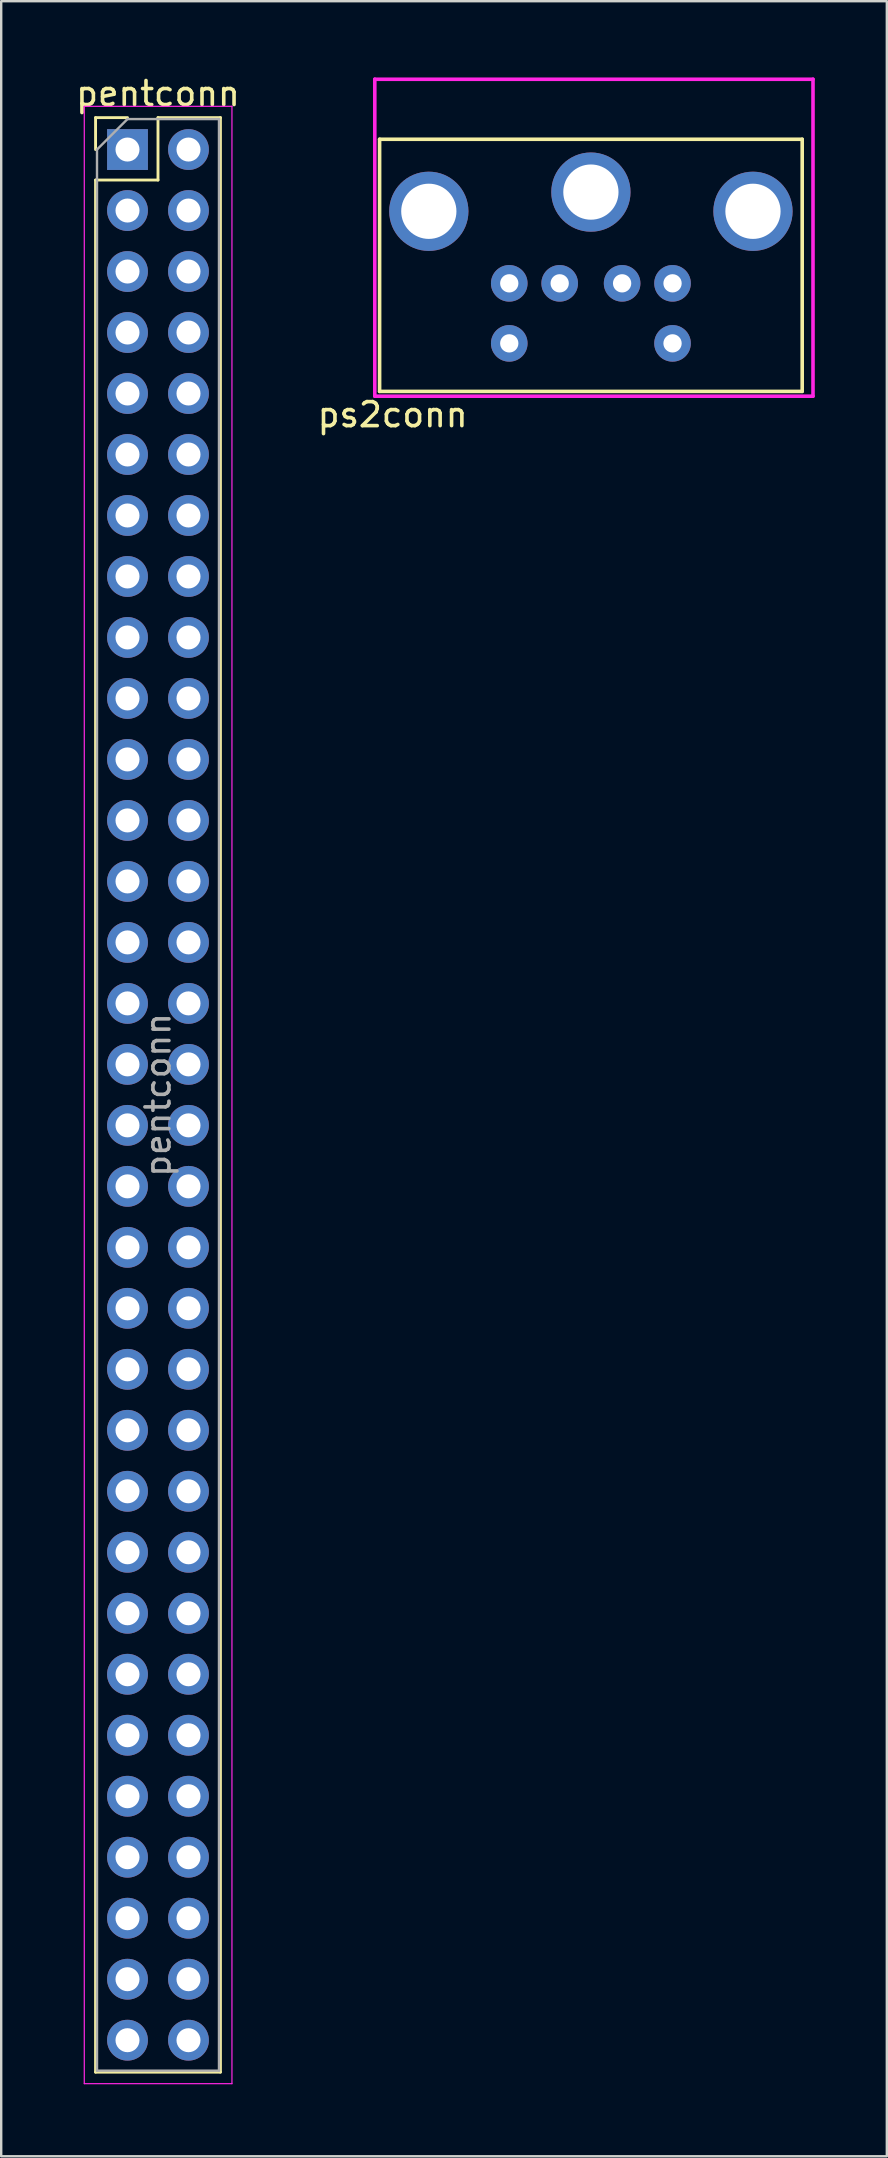
<source format=kicad_pcb>
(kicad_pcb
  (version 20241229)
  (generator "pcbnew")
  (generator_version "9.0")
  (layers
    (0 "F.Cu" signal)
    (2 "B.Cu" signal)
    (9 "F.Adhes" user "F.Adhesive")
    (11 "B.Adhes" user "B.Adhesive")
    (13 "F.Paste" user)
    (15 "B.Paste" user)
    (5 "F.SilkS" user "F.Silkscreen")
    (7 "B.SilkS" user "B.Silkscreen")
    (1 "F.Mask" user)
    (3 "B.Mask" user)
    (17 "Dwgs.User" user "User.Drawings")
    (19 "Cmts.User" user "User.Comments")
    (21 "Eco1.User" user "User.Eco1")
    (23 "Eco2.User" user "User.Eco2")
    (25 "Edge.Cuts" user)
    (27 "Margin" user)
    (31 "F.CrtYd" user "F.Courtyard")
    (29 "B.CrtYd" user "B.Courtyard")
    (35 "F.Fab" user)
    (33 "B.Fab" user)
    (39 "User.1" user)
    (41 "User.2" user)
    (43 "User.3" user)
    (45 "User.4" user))
  (footprint "pentconn"
    (layer "F.Cu")
    (at 2.26 3.178)
    (property "Reference" "pentconn" (at 1.27 -2.33 0) (layer "F.SilkS") (effects (font (size 1 1) (thickness 0.15))))
    (attr through_hole)
    (fp_line (start -1.33 -1.33) (end 0 -1.33) (stroke (width 0.12) (type solid)) (layer "F.SilkS"))
    (fp_line (start -1.33 0) (end -1.33 -1.33) (stroke (width 0.12) (type solid)) (layer "F.SilkS"))
    (fp_line (start -1.33 1.27) (end -1.33 80.07) (stroke (width 0.12) (type solid)) (layer "F.SilkS"))
    (fp_line (start -1.33 1.27) (end 1.27 1.27) (stroke (width 0.12) (type solid)) (layer "F.SilkS"))
    (fp_line (start -1.33 80.07) (end 3.87 80.07) (stroke (width 0.12) (type solid)) (layer "F.SilkS"))
    (fp_line (start 1.27 -1.33) (end 3.87 -1.33) (stroke (width 0.12) (type solid)) (layer "F.SilkS"))
    (fp_line (start 1.27 1.27) (end 1.27 -1.33) (stroke (width 0.12) (type solid)) (layer "F.SilkS"))
    (fp_line (start 3.87 -1.33) (end 3.87 80.07) (stroke (width 0.12) (type solid)) (layer "F.SilkS"))
    (fp_line (start -1.8 -1.8) (end -1.8 80.55) (stroke (width 0.05) (type solid)) (layer "F.CrtYd"))
    (fp_line (start -1.8 80.55) (end 4.35 80.55) (stroke (width 0.05) (type solid)) (layer "F.CrtYd"))
    (fp_line (start 4.35 -1.8) (end -1.8 -1.8) (stroke (width 0.05) (type solid)) (layer "F.CrtYd"))
    (fp_line (start 4.35 80.55) (end 4.35 -1.8) (stroke (width 0.05) (type solid)) (layer "F.CrtYd"))
    (fp_line (start -1.27 0) (end 0 -1.27) (stroke (width 0.1) (type solid)) (layer "F.Fab"))
    (fp_line (start -1.27 80.01) (end -1.27 0) (stroke (width 0.1) (type solid)) (layer "F.Fab"))
    (fp_line (start 0 -1.27) (end 3.81 -1.27) (stroke (width 0.1) (type solid)) (layer "F.Fab"))
    (fp_line (start 3.81 -1.27) (end 3.81 80.01) (stroke (width 0.1) (type solid)) (layer "F.Fab"))
    (fp_line (start 3.81 80.01) (end -1.27 80.01) (stroke (width 0.1) (type solid)) (layer "F.Fab"))
    (fp_text user "${REFERENCE}" (at 1.27 39.37 90) (layer "F.Fab") (effects (font (size 1 1) (thickness 0.15))))
    (pad "A1" thru_hole rect (at 0 0) (size 1.7 1.7) (drill 1) (layers "*.Cu" "*.Mask"))
    (pad "A2" thru_hole oval (at 0 2.54) (size 1.7 1.7) (drill 1) (layers "*.Cu" "*.Mask"))
    (pad "A3" thru_hole oval (at 0 5.08) (size 1.7 1.7) (drill 1) (layers "*.Cu" "*.Mask"))
    (pad "A4" thru_hole oval (at 0 7.62) (size 1.7 1.7) (drill 1) (layers "*.Cu" "*.Mask"))
    (pad "A5" thru_hole oval (at 0 10.16) (size 1.7 1.7) (drill 1) (layers "*.Cu" "*.Mask"))
    (pad "A6" thru_hole oval (at 0 12.7) (size 1.7 1.7) (drill 1) (layers "*.Cu" "*.Mask"))
    (pad "A7" thru_hole oval (at 0 15.24) (size 1.7 1.7) (drill 1) (layers "*.Cu" "*.Mask"))
    (pad "A8" thru_hole oval (at 0 17.78) (size 1.7 1.7) (drill 1) (layers "*.Cu" "*.Mask"))
    (pad "A9" thru_hole oval (at 0 20.32) (size 1.7 1.7) (drill 1) (layers "*.Cu" "*.Mask"))
    (pad "A10" thru_hole oval (at 0 22.86) (size 1.7 1.7) (drill 1) (layers "*.Cu" "*.Mask"))
    (pad "A11" thru_hole oval (at 0 25.4) (size 1.7 1.7) (drill 1) (layers "*.Cu" "*.Mask"))
    (pad "A12" thru_hole oval (at 0 27.94) (size 1.7 1.7) (drill 1) (layers "*.Cu" "*.Mask"))
    (pad "A13" thru_hole oval (at 0 30.48) (size 1.7 1.7) (drill 1) (layers "*.Cu" "*.Mask"))
    (pad "A14" thru_hole oval (at 0 33.02) (size 1.7 1.7) (drill 1) (layers "*.Cu" "*.Mask"))
    (pad "A15" thru_hole oval (at 0 35.56) (size 1.7 1.7) (drill 1) (layers "*.Cu" "*.Mask"))
    (pad "A16" thru_hole oval (at 0 38.1) (size 1.7 1.7) (drill 1) (layers "*.Cu" "*.Mask"))
    (pad "A17" thru_hole oval (at 0 40.64) (size 1.7 1.7) (drill 1) (layers "*.Cu" "*.Mask"))
    (pad "A18" thru_hole oval (at 0 43.18) (size 1.7 1.7) (drill 1) (layers "*.Cu" "*.Mask"))
    (pad "A19" thru_hole oval (at 0 45.72) (size 1.7 1.7) (drill 1) (layers "*.Cu" "*.Mask"))
    (pad "A20" thru_hole oval (at 0 48.26) (size 1.7 1.7) (drill 1) (layers "*.Cu" "*.Mask"))
    (pad "A21" thru_hole oval (at 0 50.8) (size 1.7 1.7) (drill 1) (layers "*.Cu" "*.Mask"))
    (pad "A22" thru_hole oval (at 0 53.34) (size 1.7 1.7) (drill 1) (layers "*.Cu" "*.Mask"))
    (pad "A23" thru_hole oval (at 0 55.88) (size 1.7 1.7) (drill 1) (layers "*.Cu" "*.Mask"))
    (pad "A24" thru_hole oval (at 0 58.42) (size 1.7 1.7) (drill 1) (layers "*.Cu" "*.Mask"))
    (pad "A25" thru_hole oval (at 0 60.96) (size 1.7 1.7) (drill 1) (layers "*.Cu" "*.Mask"))
    (pad "A26" thru_hole oval (at 0 63.5) (size 1.7 1.7) (drill 1) (layers "*.Cu" "*.Mask"))
    (pad "A27" thru_hole oval (at 0 66.04) (size 1.7 1.7) (drill 1) (layers "*.Cu" "*.Mask"))
    (pad "A28" thru_hole oval (at 0 68.58) (size 1.7 1.7) (drill 1) (layers "*.Cu" "*.Mask"))
    (pad "A29" thru_hole oval (at 0 71.12) (size 1.7 1.7) (drill 1) (layers "*.Cu" "*.Mask"))
    (pad "A30" thru_hole oval (at 0 73.66) (size 1.7 1.7) (drill 1) (layers "*.Cu" "*.Mask"))
    (pad "A31" thru_hole oval (at 0 76.2) (size 1.7 1.7) (drill 1) (layers "*.Cu" "*.Mask"))
    (pad "A32" thru_hole oval (at 0 78.74) (size 1.7 1.7) (drill 1) (layers "*.Cu" "*.Mask"))
    (pad "B1" thru_hole oval (at 2.54 0) (size 1.7 1.7) (drill 1) (layers "*.Cu" "*.Mask"))
    (pad "B2" thru_hole oval (at 2.54 2.54) (size 1.7 1.7) (drill 1) (layers "*.Cu" "*.Mask"))
    (pad "B3" thru_hole oval (at 2.54 5.08) (size 1.7 1.7) (drill 1) (layers "*.Cu" "*.Mask"))
    (pad "B4" thru_hole oval (at 2.54 7.62) (size 1.7 1.7) (drill 1) (layers "*.Cu" "*.Mask"))
    (pad "B5" thru_hole oval (at 2.54 10.16) (size 1.7 1.7) (drill 1) (layers "*.Cu" "*.Mask"))
    (pad "B6" thru_hole oval (at 2.54 12.7) (size 1.7 1.7) (drill 1) (layers "*.Cu" "*.Mask"))
    (pad "B7" thru_hole oval (at 2.54 15.24) (size 1.7 1.7) (drill 1) (layers "*.Cu" "*.Mask"))
    (pad "B8" thru_hole oval (at 2.54 17.78) (size 1.7 1.7) (drill 1) (layers "*.Cu" "*.Mask"))
    (pad "B9" thru_hole oval (at 2.54 20.32) (size 1.7 1.7) (drill 1) (layers "*.Cu" "*.Mask"))
    (pad "B10" thru_hole oval (at 2.54 22.86) (size 1.7 1.7) (drill 1) (layers "*.Cu" "*.Mask"))
    (pad "B11" thru_hole oval (at 2.54 25.4) (size 1.7 1.7) (drill 1) (layers "*.Cu" "*.Mask"))
    (pad "B12" thru_hole oval (at 2.54 27.94) (size 1.7 1.7) (drill 1) (layers "*.Cu" "*.Mask"))
    (pad "B13" thru_hole oval (at 2.54 30.48) (size 1.7 1.7) (drill 1) (layers "*.Cu" "*.Mask"))
    (pad "B14" thru_hole oval (at 2.54 33.02) (size 1.7 1.7) (drill 1) (layers "*.Cu" "*.Mask"))
    (pad "B15" thru_hole oval (at 2.54 35.56) (size 1.7 1.7) (drill 1) (layers "*.Cu" "*.Mask"))
    (pad "B16" thru_hole oval (at 2.54 38.1) (size 1.7 1.7) (drill 1) (layers "*.Cu" "*.Mask"))
    (pad "B17" thru_hole oval (at 2.54 40.64) (size 1.7 1.7) (drill 1) (layers "*.Cu" "*.Mask"))
    (pad "B18" thru_hole oval (at 2.54 43.18) (size 1.7 1.7) (drill 1) (layers "*.Cu" "*.Mask"))
    (pad "B19" thru_hole oval (at 2.54 45.72) (size 1.7 1.7) (drill 1) (layers "*.Cu" "*.Mask"))
    (pad "B20" thru_hole oval (at 2.54 48.26) (size 1.7 1.7) (drill 1) (layers "*.Cu" "*.Mask"))
    (pad "B21" thru_hole oval (at 2.54 50.8) (size 1.7 1.7) (drill 1) (layers "*.Cu" "*.Mask"))
    (pad "B22" thru_hole oval (at 2.54 53.34) (size 1.7 1.7) (drill 1) (layers "*.Cu" "*.Mask"))
    (pad "B23" thru_hole oval (at 2.54 55.88) (size 1.7 1.7) (drill 1) (layers "*.Cu" "*.Mask"))
    (pad "B24" thru_hole oval (at 2.54 58.42) (size 1.7 1.7) (drill 1) (layers "*.Cu" "*.Mask"))
    (pad "B25" thru_hole oval (at 2.54 60.96) (size 1.7 1.7) (drill 1) (layers "*.Cu" "*.Mask"))
    (pad "B26" thru_hole oval (at 2.54 63.5) (size 1.7 1.7) (drill 1) (layers "*.Cu" "*.Mask"))
    (pad "B27" thru_hole oval (at 2.54 66.04) (size 1.7 1.7) (drill 1) (layers "*.Cu" "*.Mask"))
    (pad "B28" thru_hole oval (at 2.54 68.58) (size 1.7 1.7) (drill 1) (layers "*.Cu" "*.Mask"))
    (pad "B29" thru_hole oval (at 2.54 71.12) (size 1.7 1.7) (drill 1) (layers "*.Cu" "*.Mask"))
    (pad "B30" thru_hole oval (at 2.54 73.66) (size 1.7 1.7) (drill 1) (layers "*.Cu" "*.Mask"))
    (pad "B31" thru_hole oval (at 2.54 76.2) (size 1.7 1.7) (drill 1) (layers "*.Cu" "*.Mask"))
    (pad "B32" thru_hole oval (at 2.54 78.74) (size 1.7 1.7) (drill 1) (layers "*.Cu" "*.Mask")))
  (footprint "ps2conn"
    (layer "F.Cu")
    (at 21.559 0.25)
    (property "Reference" "ps2conn" (at -8.255 13.97 0) (layer "F.SilkS") (effects (font (size 1 1) (thickness 0.15))))
    (attr through_hole)
    (fp_line (start -8.8 2.5) (end 8.8 2.5) (stroke (width 0.15) (type solid)) (layer "F.SilkS"))
    (fp_line (start -8.8 13) (end -8.8 2.5) (stroke (width 0.15) (type solid)) (layer "F.SilkS"))
    (fp_line (start 8.8 2.5) (end 8.8 13) (stroke (width 0.15) (type solid)) (layer "F.SilkS"))
    (fp_line (start 8.8 13) (end -8.8 13) (stroke (width 0.15) (type solid)) (layer "F.SilkS"))
    (fp_line (start -9 0) (end 9.25 0) (stroke (width 0.15) (type solid)) (layer "F.CrtYd"))
    (fp_line (start -9 13.2) (end -9 0) (stroke (width 0.15) (type solid)) (layer "F.CrtYd"))
    (fp_line (start 9.25 0) (end 9.25 13.2) (stroke (width 0.15) (type solid)) (layer "F.CrtYd"))
    (fp_line (start 9.25 13.2) (end -9 13.2) (stroke (width 0.15) (type solid)) (layer "F.CrtYd"))
    (pad "1" thru_hole circle (at -1.3 8.5) (size 1.524 1.524) (drill 0.762) (layers "*.Cu" "*.Mask"))
    (pad "2" thru_hole circle (at 1.3 8.5) (size 1.524 1.524) (drill 0.762) (layers "*.Cu" "*.Mask"))
    (pad "3" thru_hole circle (at -3.4 8.5) (size 1.524 1.524) (drill 0.762) (layers "*.Cu" "*.Mask"))
    (pad "4" thru_hole circle (at 3.4 8.5) (size 1.524 1.524) (drill 0.762) (layers "*.Cu" "*.Mask"))
    (pad "5" thru_hole circle (at -3.4 11) (size 1.524 1.524) (drill 0.762) (layers "*.Cu" "*.Mask"))
    (pad "6" thru_hole circle (at 3.4 11) (size 1.524 1.524) (drill 0.762) (layers "*.Cu" "*.Mask"))
    (pad "7" thru_hole circle (at -6.75 5.5) (size 3.3 3.3) (drill 2.3) (layers "*.Cu" "*.Mask"))
    (pad "7" thru_hole circle (at 0 4.7) (size 3.3 3.3) (drill 2.3) (layers "*.Cu" "*.Mask"))
    (pad "7" thru_hole circle (at 6.75 5.5) (size 3.3 3.3) (drill 2.3) (layers "*.Cu" "*.Mask")))
  (gr_rect
    (start -3 -3)
    (end 33.884 86.753)
    (stroke (width 0.1) (type default))
    (fill no)
    (layer "Edge.Cuts")))
</source>
